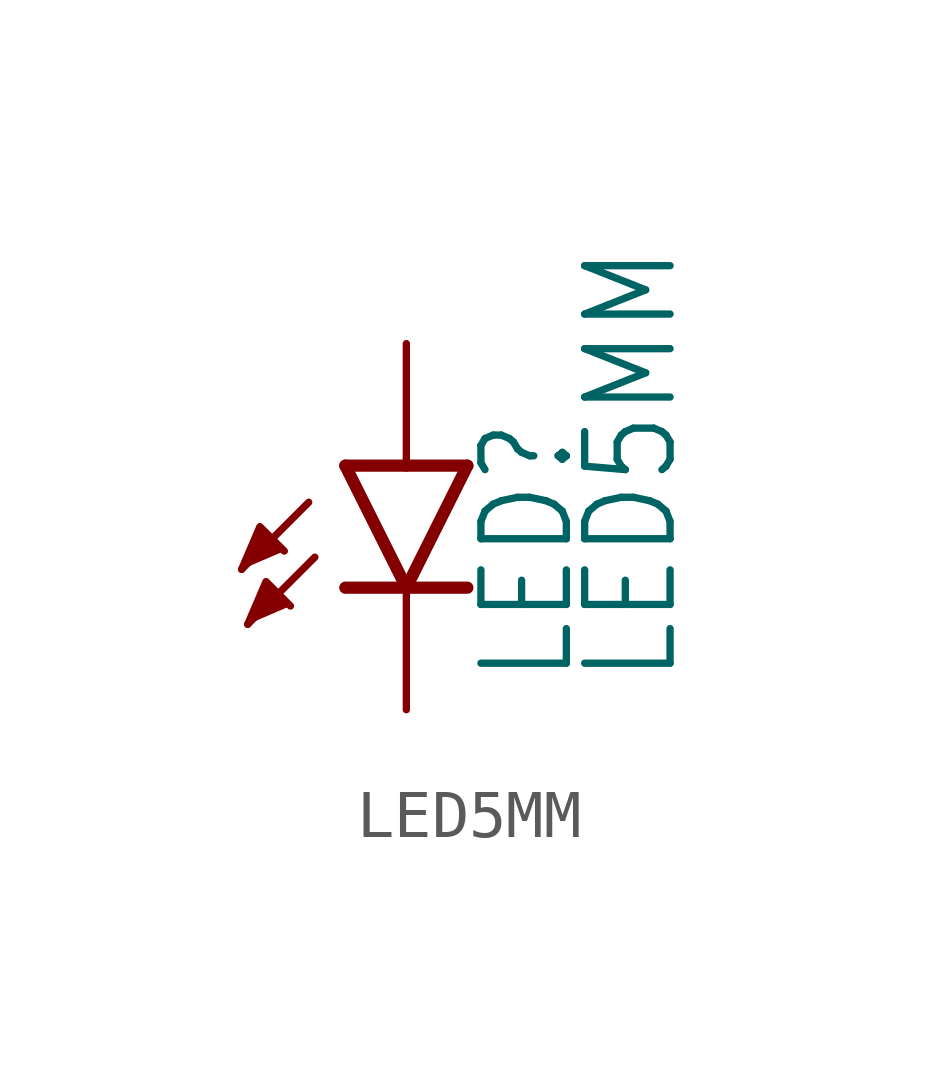
<source format=kicad_sym>
(kicad_symbol_lib
  (version 20211014)
  (generator kicad_symbol_editor)
  (symbol "LED5MM"
    (property "Reference" "LED"
      (at 3.556 -4.572 90)
      (effects (font (size 1.778 1.511)) (justify left bottom)))
    (property "Value" "LED5MM"
      (at 5.715 -4.572 90)
      (effects (font (size 1.778 1.511)) (justify left bottom)))
    (property "ki_locked" ""
      (at 0 0 0)
      (effects (font (size 1.27 1.27))))
    (symbol "LED5MM_1_0"
      (polyline (pts (xy -2.032 -0.762) (xy -3.429 -2.159)) (stroke (width 0.152) (type default)) (fill (type none)))
      (polyline (pts (xy -1.905 -1.905) (xy -3.302 -3.302)) (stroke (width 0.152) (type default)) (fill (type none)))
      (polyline (pts (xy 0 -2.54) (xy -1.27 -2.54)) (stroke (width 0.254) (type default)) (fill (type none)))
      (polyline (pts (xy 0 -2.54) (xy -1.27 0)) (stroke (width 0.254) (type default)) (fill (type none)))
      (polyline (pts (xy 0 0) (xy -1.27 0)) (stroke (width 0.254) (type default)) (fill (type none)))
      (polyline (pts (xy 1.27 -2.54) (xy 0 -2.54)) (stroke (width 0.254) (type default)) (fill (type none)))
      (polyline (pts (xy 1.27 0) (xy 0 -2.54)) (stroke (width 0.254) (type default)) (fill (type none)))
      (polyline (pts (xy 1.27 0) (xy 0 0)) (stroke (width 0.254) (type default)) (fill (type none)))
      (polyline (pts (xy -3.429 -2.159) (xy -3.048 -1.27) (xy -2.54 -1.778)) (stroke (width 0) (type default)) (fill (type outline)))
      (polyline (pts (xy -3.302 -3.302) (xy -2.921 -2.413) (xy -2.413 -2.921)) (stroke (width 0) (type default)) (fill (type outline)))
      (pin passive line (at 0 2.54 270) (length 2.54) (name "A" (effects (font (size 0 0)))) (number "A" (effects (font (size 0 0)))))
      (pin passive line (at 0 -5.08 90) (length 2.54) (name "C" (effects (font (size 0 0)))) (number "K" (effects (font (size 0 0))))))))
</source>
